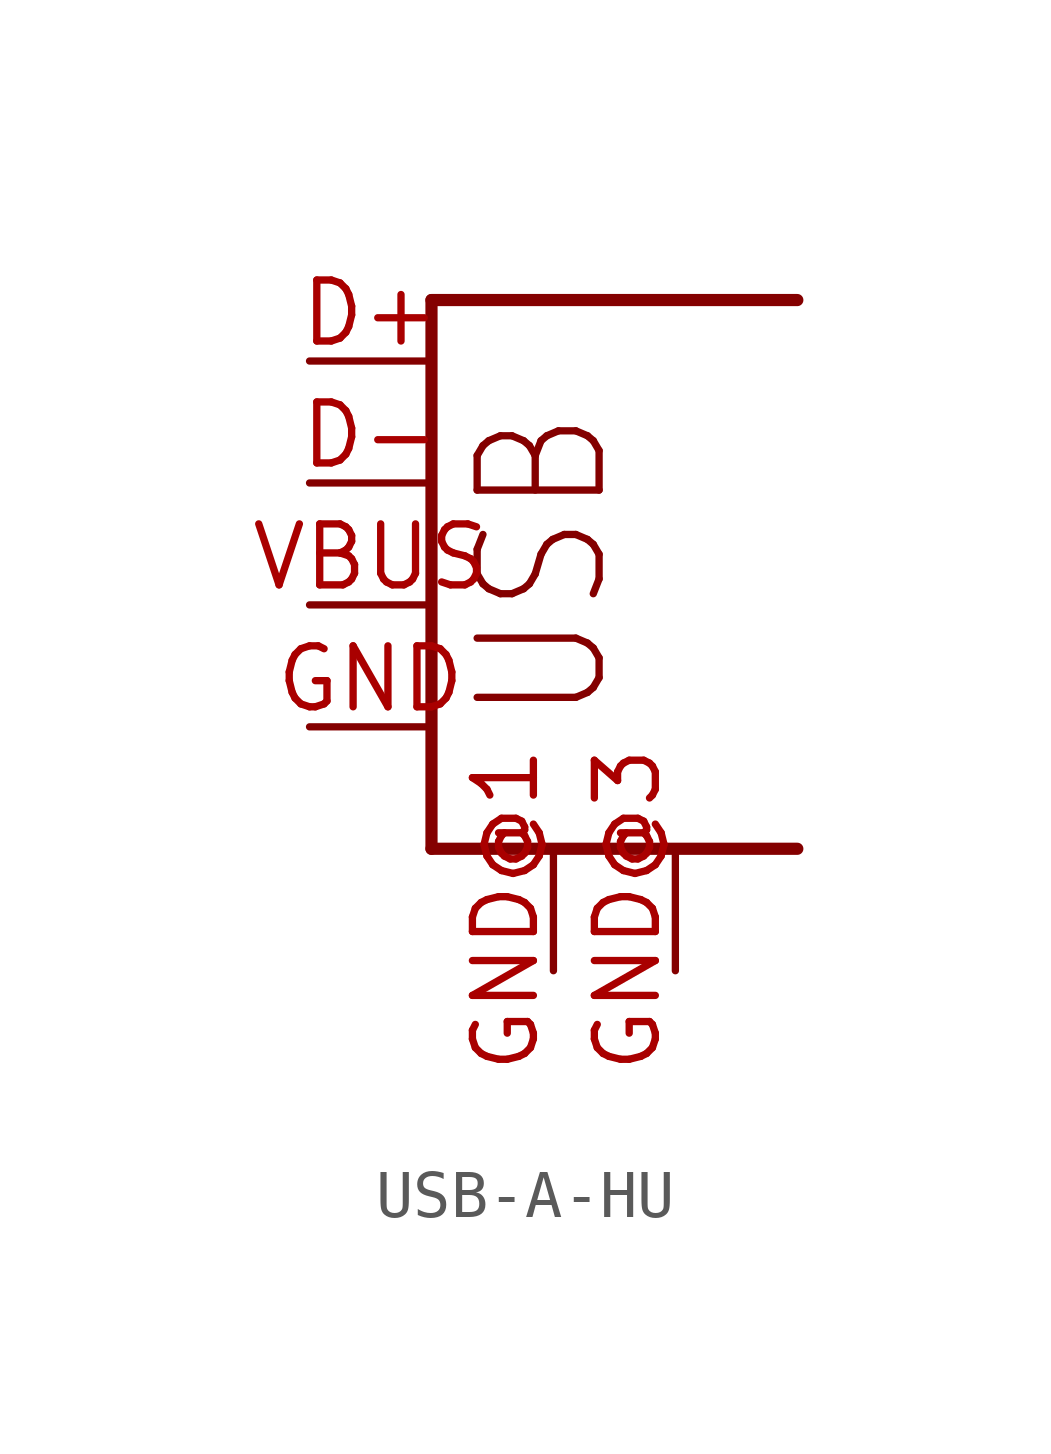
<source format=kicad_sym>
(kicad_symbol_lib
  (version 20220914)
  (generator kicad_symbol_editor)
  (symbol "USB-A-HU"
    (property "Reference" "USB"
      (at 0 0 0)
      (effects (font (size 1.27 1.27)) hide))
    (property "ki_locked" ""
      (at 0 0 0)
      (effects (font (size 1.27 1.27))))
    (symbol "USB-A-HU_1_0"
      (polyline (pts (xy 0 -2.54) (xy 7.62 -2.54)) (stroke (width 0.254) (type solid)) (fill (type none)))
      (polyline (pts (xy 0 8.89) (xy 0 -2.54)) (stroke (width 0.254) (type solid)) (fill (type none)))
      (polyline (pts (xy 7.62 8.89) (xy 0 8.89)) (stroke (width 0.254) (type solid)) (fill (type none)))
      (text "USB" (at 3.81 0 900) (effects (font (size 2.54 2.159)) (justify left bottom)))
      (pin bidirectional line (at -2.54 7.62 0) (length 2.54) (name "D+" (effects (font (size 0 0)))) (number "D+" (effects (font (size 1.27 1.27)))))
      (pin bidirectional line (at -2.54 5.08 0) (length 2.54) (name "D-" (effects (font (size 0 0)))) (number "D-" (effects (font (size 1.27 1.27)))))
      (pin bidirectional line (at -2.54 0 0) (length 2.54) (name "GND" (effects (font (size 0 0)))) (number "GND" (effects (font (size 1.27 1.27)))))
      (pin bidirectional line (at 2.54 -5.08 90) (length 2.54) (name "GND@1" (effects (font (size 0 0)))) (number "GND@1" (effects (font (size 1.27 1.27)))))
      (pin bidirectional line (at 5.08 -5.08 90) (length 2.54) (name "GND@2" (effects (font (size 0 0)))) (number "GND@3" (effects (font (size 1.27 1.27)))))
      (pin bidirectional line (at -2.54 2.54 0) (length 2.54) (name "VBUS" (effects (font (size 0 0)))) (number "VBUS" (effects (font (size 1.27 1.27))))))))
</source>
